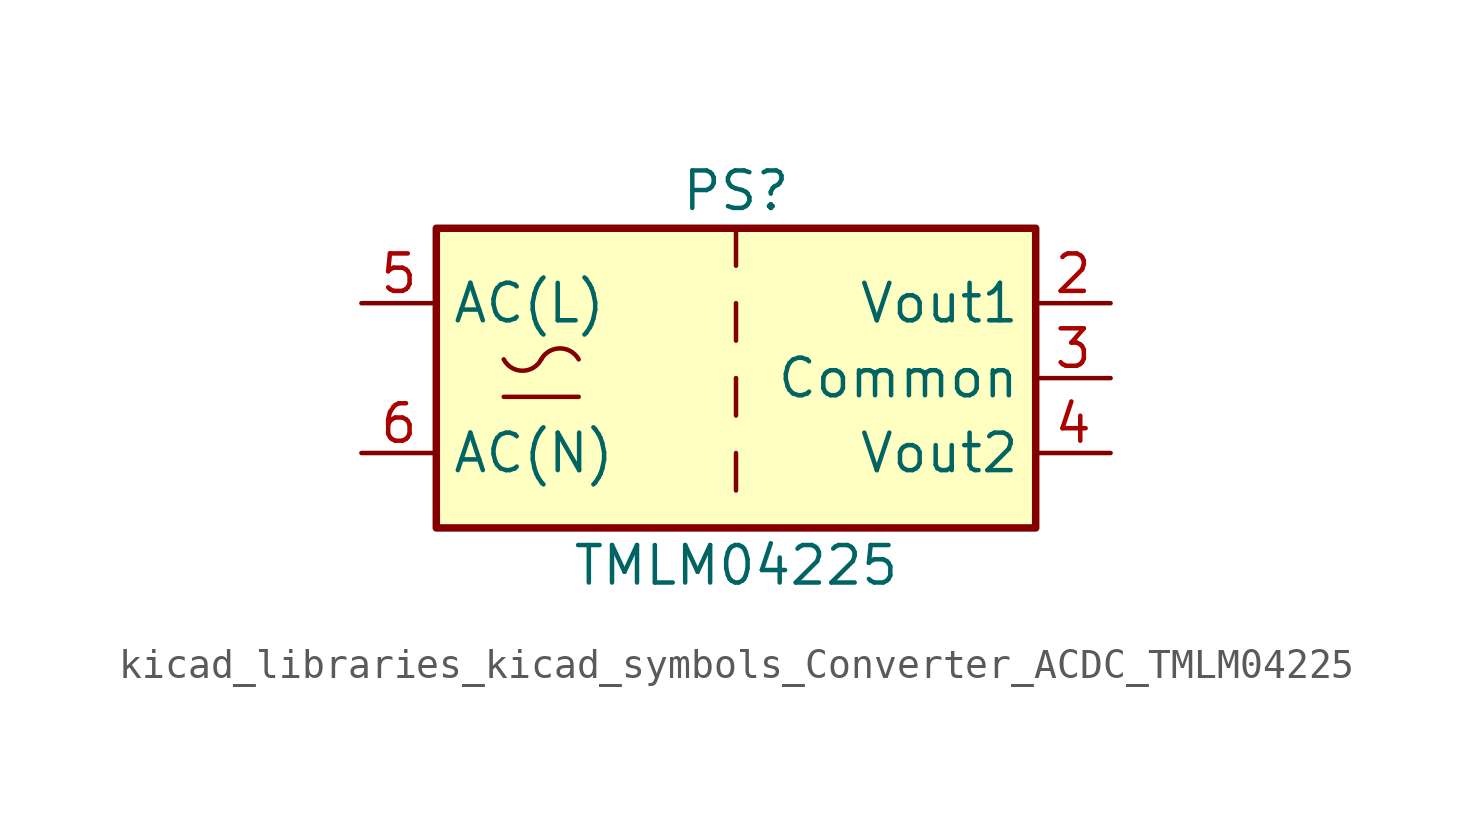
<source format=kicad_sym>
(kicad_symbol_lib
  (version 20220914)
  (generator kicad_symbol_editor)
  (symbol "kicad_libraries_kicad_symbols_Converter_ACDC_TMLM04225"
    (property "Reference" "PS"
      (at 0 6.35 0)
      (effects (font (size 1.27 1.27))))
    (property "Value" "TMLM04225"
      (at 0 -6.35 0)
      (effects (font (size 1.27 1.27))))
    (symbol "kicad_libraries_kicad_symbols_Converter_ACDC_TMLM04225_0_1"
      (rectangle (start -10.16 5.08) (end 10.16 -5.08) (stroke (width 0.254) (type default)) (fill (type background)))
      (arc (start -7.874 0.635) (mid -7.239 0.2495) (end -6.604 0.635) (stroke (width 0) (type default)) (fill (type none)))
      (arc (start -5.334 0.635) (mid -5.969 1.0072) (end -6.604 0.635) (stroke (width 0) (type default)) (fill (type none)))
      (polyline (pts (xy -7.874 -0.635) (xy -5.334 -0.635)) (stroke (width 0) (type default)) (fill (type none)))
      (polyline (pts (xy 0 -2.54) (xy 0 -3.81)) (stroke (width 0) (type default)) (fill (type none)))
      (polyline (pts (xy 0 0) (xy 0 -1.27)) (stroke (width 0) (type default)) (fill (type none)))
      (polyline (pts (xy 0 2.54) (xy 0 1.27)) (stroke (width 0) (type default)) (fill (type none)))
      (polyline (pts (xy 0 5.08) (xy 0 3.81)) (stroke (width 0) (type default)) (fill (type none))))
    (symbol "kicad_libraries_kicad_symbols_Converter_ACDC_TMLM04225_1_1"
      (pin power_out line (at 12.7 2.54 180) (length 2.54) (name "Vout1" (effects (font (size 1.27 1.27)))) (number "2" (effects (font (size 1.27 1.27)))))
      (pin power_out line (at 12.7 0 180) (length 2.54) (name "Common" (effects (font (size 1.27 1.27)))) (number "3" (effects (font (size 1.27 1.27)))))
      (pin power_out line (at 12.7 -2.54 180) (length 2.54) (name "Vout2" (effects (font (size 1.27 1.27)))) (number "4" (effects (font (size 1.27 1.27)))))
      (pin power_in line (at -12.7 2.54 0) (length 2.54) (name "AC(L)" (effects (font (size 1.27 1.27)))) (number "5" (effects (font (size 1.27 1.27)))))
      (pin power_in line (at -12.7 -2.54 0) (length 2.54) (name "AC(N)" (effects (font (size 1.27 1.27)))) (number "6" (effects (font (size 1.27 1.27))))))))
</source>
